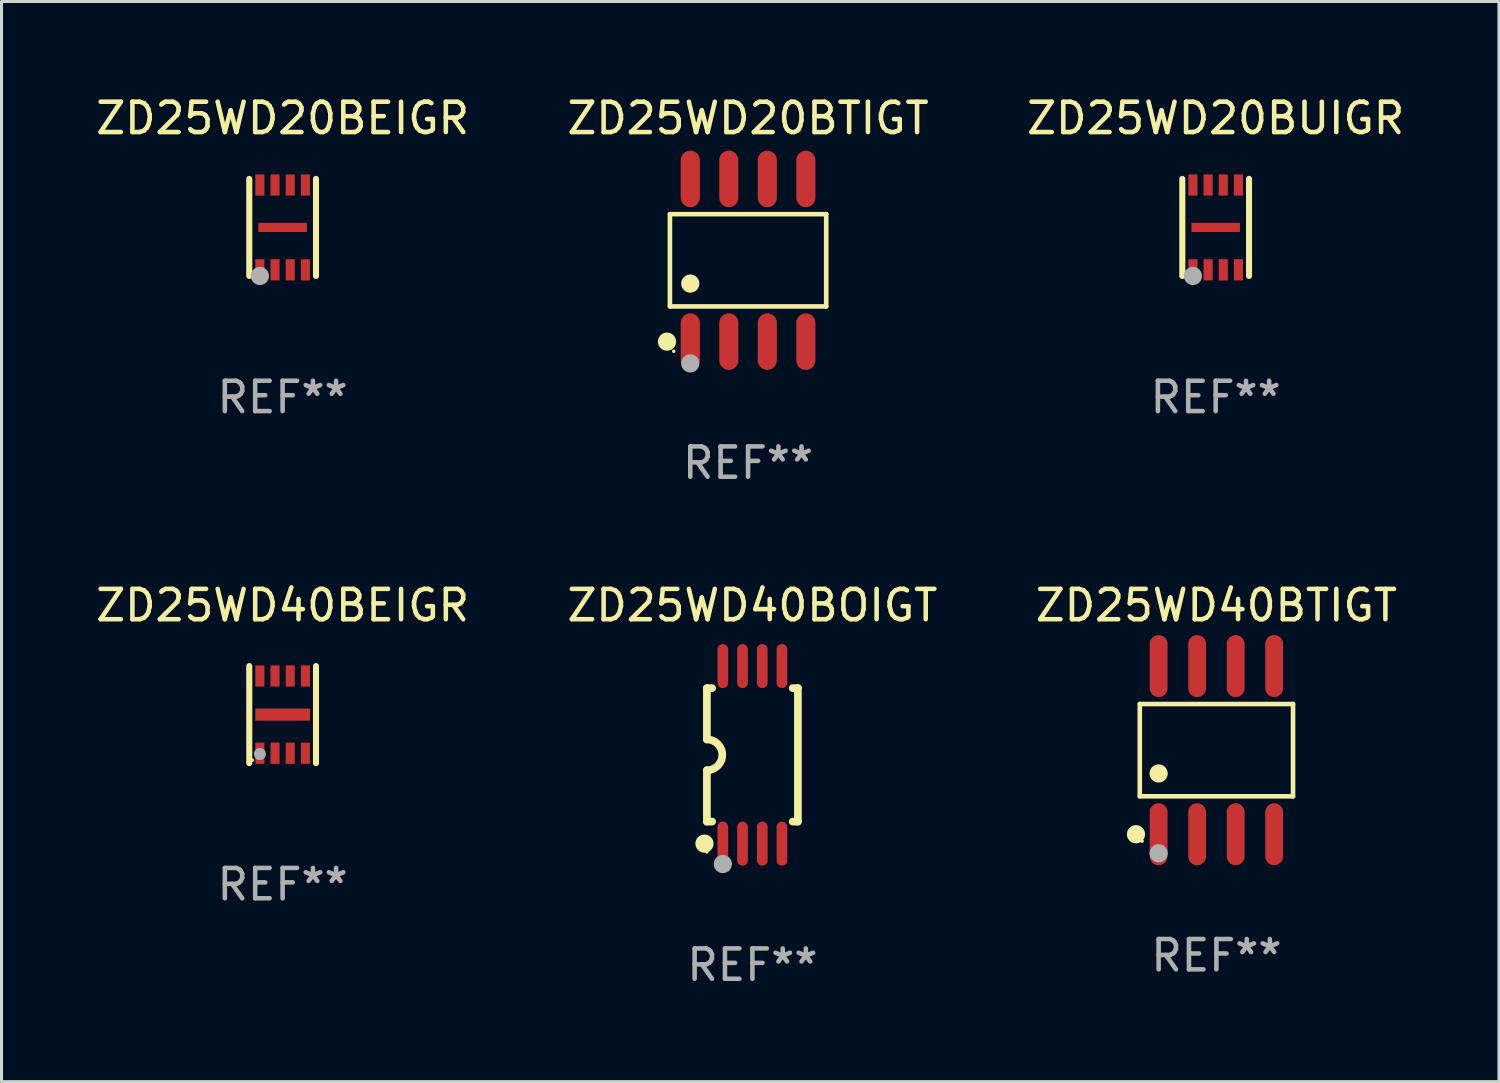
<source format=kicad_pcb>
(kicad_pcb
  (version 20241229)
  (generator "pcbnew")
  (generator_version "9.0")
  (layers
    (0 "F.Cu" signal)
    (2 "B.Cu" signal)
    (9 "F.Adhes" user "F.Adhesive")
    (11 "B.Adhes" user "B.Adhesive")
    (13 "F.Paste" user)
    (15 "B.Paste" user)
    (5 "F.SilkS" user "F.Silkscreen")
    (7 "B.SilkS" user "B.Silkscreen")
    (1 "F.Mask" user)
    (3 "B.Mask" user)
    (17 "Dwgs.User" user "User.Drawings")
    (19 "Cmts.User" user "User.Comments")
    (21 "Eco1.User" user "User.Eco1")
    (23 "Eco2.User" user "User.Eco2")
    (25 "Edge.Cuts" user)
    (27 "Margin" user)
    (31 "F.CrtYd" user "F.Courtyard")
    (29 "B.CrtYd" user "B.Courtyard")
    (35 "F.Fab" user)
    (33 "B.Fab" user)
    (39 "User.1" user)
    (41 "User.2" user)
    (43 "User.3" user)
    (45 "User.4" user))
  (footprint "ZD25WD20BTIGT"
    (layer "F.Cu")
    (at 21.613 5.531)
    (property "Reference" "ZD25WD20BTIGT" (at 0 -4.682 0) (layer "F.SilkS") (effects (font (size 1 1) (thickness 0.15))))
    (attr through_hole)
    (fp_line (start -2.576 -1.521) (end 2.576 -1.521) (stroke (width 0.152) (type solid)) (layer "F.SilkS"))
    (fp_line (start -2.576 1.521) (end -2.576 -1.521) (stroke (width 0.152) (type solid)) (layer "F.SilkS"))
    (fp_line (start 2.576 -1.521) (end 2.576 1.521) (stroke (width 0.152) (type solid)) (layer "F.SilkS"))
    (fp_line (start 2.576 1.521) (end -2.576 1.521) (stroke (width 0.152) (type solid)) (layer "F.SilkS"))
    (fp_circle (center -2.672 2.682) (end -2.522 2.682) (stroke (width 0.3) (type solid)) (fill no) (layer "F.SilkS"))
    (fp_circle (center -2.45 3) (end -2.42 3) (stroke (width 0.06) (type solid)) (fill no) (layer "F.SilkS"))
    (fp_circle (center -1.905 0.769) (end -1.755 0.769) (stroke (width 0.3) (type solid)) (fill no) (layer "F.SilkS"))
    (fp_circle (center -1.905 3.4) (end -1.755 3.4) (stroke (width 0.3) (type solid)) (fill no) (layer "F.Fab"))
    (fp_text user "REF**" (at 0 6.682 0) (layer "F.Fab") (effects (font (size 1 1) (thickness 0.15))))
    (pad "1" smd oval (at -1.905 2.682) (size 0.63 1.865) (layers "F.Cu" "F.Mask" "F.Paste"))
    (pad "2" smd oval (at -0.635 2.682) (size 0.63 1.865) (layers "F.Cu" "F.Mask" "F.Paste"))
    (pad "3" smd oval (at 0.635 2.682) (size 0.63 1.865) (layers "F.Cu" "F.Mask" "F.Paste"))
    (pad "4" smd oval (at 1.905 2.682) (size 0.63 1.865) (layers "F.Cu" "F.Mask" "F.Paste"))
    (pad "5" smd oval (at 1.905 -2.682) (size 0.63 1.865) (layers "F.Cu" "F.Mask" "F.Paste"))
    (pad "6" smd oval (at 0.635 -2.682) (size 0.63 1.865) (layers "F.Cu" "F.Mask" "F.Paste"))
    (pad "7" smd oval (at -0.635 -2.682) (size 0.63 1.865) (layers "F.Cu" "F.Mask" "F.Paste"))
    (pad "8" smd oval (at -1.905 -2.682) (size 0.63 1.865) (layers "F.Cu" "F.Mask" "F.Paste")))
  (footprint "ZD25WD40BOIGT"
    (layer "F.Cu")
    (at 21.756 21.837)
    (property "Reference" "ZD25WD40BOIGT" (at 0 -4.927 0) (layer "F.SilkS") (effects (font (size 1 1) (thickness 0.15))))
    (attr through_hole)
    (fp_line (start -1.5 -2.2) (end -1.5 -0.508) (stroke (width 0.254) (type solid)) (layer "F.SilkS"))
    (fp_line (start -1.5 -2.2) (end -1.328 -2.2) (stroke (width 0.254) (type solid)) (layer "F.SilkS"))
    (fp_line (start -1.5 2.2) (end -1.5 0.508) (stroke (width 0.254) (type solid)) (layer "F.SilkS"))
    (fp_line (start -1.5 2.2) (end -1.328 2.2) (stroke (width 0.254) (type solid)) (layer "F.SilkS"))
    (fp_line (start 1.328 -2.2) (end 1.5 -2.2) (stroke (width 0.254) (type solid)) (layer "F.SilkS"))
    (fp_line (start 1.328 2.2) (end 1.5 2.2) (stroke (width 0.254) (type solid)) (layer "F.SilkS"))
    (fp_line (start 1.5 -2.2) (end 1.5 2.2) (stroke (width 0.254) (type solid)) (layer "F.SilkS"))
    (fp_arc (start -1.501144 -0.508) (mid -0.993143 -0.000571) (end -1.5 0.508001) (stroke (width 0.254001) (type solid)) (layer "F.SilkS"))
    (fp_circle (center -1.581 2.927) (end -1.431 2.927) (stroke (width 0.3) (type solid)) (fill no) (layer "F.SilkS"))
    (fp_circle (center -1.5 3.2) (end -1.47 3.2) (stroke (width 0.06) (type solid)) (fill no) (layer "F.SilkS"))
    (fp_circle (center -0.975 3.6) (end -0.825 3.6) (stroke (width 0.3) (type solid)) (fill no) (layer "F.Fab"))
    (fp_text user "REF**" (at 0 6.927 0) (layer "F.Fab") (effects (font (size 1 1) (thickness 0.15))))
    (pad "1" smd oval (at -0.975 2.927) (size 0.353 1.454) (layers "F.Cu" "F.Mask" "F.Paste"))
    (pad "2" smd oval (at -0.325 2.927) (size 0.353 1.454) (layers "F.Cu" "F.Mask" "F.Paste"))
    (pad "3" smd oval (at 0.325 2.927) (size 0.353 1.454) (layers "F.Cu" "F.Mask" "F.Paste"))
    (pad "4" smd oval (at 0.975 2.927) (size 0.353 1.454) (layers "F.Cu" "F.Mask" "F.Paste"))
    (pad "5" smd oval (at 0.975 -2.927) (size 0.353 1.454) (layers "F.Cu" "F.Mask" "F.Paste"))
    (pad "6" smd oval (at 0.325 -2.927) (size 0.353 1.454) (layers "F.Cu" "F.Mask" "F.Paste"))
    (pad "7" smd oval (at -0.325 -2.927) (size 0.353 1.454) (layers "F.Cu" "F.Mask" "F.Paste"))
    (pad "8" smd oval (at -0.975 -2.927) (size 0.353 1.454) (layers "F.Cu" "F.Mask" "F.Paste")))
  (footprint "ZD25WD40BEIGR"
    (layer "F.Cu")
    (at 6.268 20.51)
    (property "Reference" "ZD25WD40BEIGR" (at 0 -3.6 0) (layer "F.SilkS") (effects (font (size 1 1) (thickness 0.15))))
    (attr through_hole)
    (fp_line (start -1.1 1.6) (end -1.1 -1.6) (stroke (width 0.2) (type solid)) (layer "F.SilkS"))
    (fp_line (start 1.1 1.6) (end 1.1 -1.6) (stroke (width 0.2) (type solid)) (layer "F.SilkS"))
    (fp_circle (center -1 1.5) (end -0.97 1.5) (stroke (width 0.06) (type solid)) (fill no) (layer "F.SilkS"))
    (fp_circle (center -0.75 1.3) (end -0.65 1.3) (stroke (width 0.2) (type solid)) (fill no) (layer "F.Fab"))
    (fp_text user "REF**" (at 0 5.6 0) (layer "F.Fab") (effects (font (size 1 1) (thickness 0.15))))
    (pad "1" smd rect (at -0.75 1.273 90) (size 0.7 0.3) (layers "F.Cu" "F.Mask" "F.Paste"))
    (pad "2" smd rect (at -0.25 1.273 90) (size 0.7 0.3) (layers "F.Cu" "F.Mask" "F.Paste"))
    (pad "3" smd rect (at 0.25 1.273 90) (size 0.7 0.3) (layers "F.Cu" "F.Mask" "F.Paste"))
    (pad "4" smd rect (at 0.75 1.273 90) (size 0.7 0.3) (layers "F.Cu" "F.Mask" "F.Paste"))
    (pad "5" smd rect (at 0.75 -1.273 90) (size 0.7 0.3) (layers "F.Cu" "F.Mask" "F.Paste"))
    (pad "6" smd rect (at 0.25 -1.273 90) (size 0.7 0.3) (layers "F.Cu" "F.Mask" "F.Paste"))
    (pad "7" smd rect (at -0.25 -1.273 90) (size 0.7 0.3) (layers "F.Cu" "F.Mask" "F.Paste"))
    (pad "8" smd rect (at -0.75 -1.273 90) (size 0.7 0.3) (layers "F.Cu" "F.Mask" "F.Paste"))
    (pad "9" smd rect (at 0.000127 0) (size 1.8 0.4) (layers "F.Cu" "F.Mask" "F.Paste")))
  (footprint "ZD25WD20BEIGR"
    (layer "F.Cu")
    (at 6.268 4.448)
    (property "Reference" "ZD25WD20BEIGR" (at 0 -3.6 0) (layer "F.SilkS") (effects (font (size 1 1) (thickness 0.15))))
    (attr through_hole)
    (fp_line (start -1.1 1.6) (end -1.1 -1.6) (stroke (width 0.2) (type solid)) (layer "F.SilkS"))
    (fp_line (start 1.1 1.6) (end 1.1 -1.6) (stroke (width 0.2) (type solid)) (layer "F.SilkS"))
    (fp_circle (center -1 1.5) (end -0.97 1.5) (stroke (width 0.06) (type solid)) (fill no) (layer "F.SilkS"))
    (fp_circle (center -0.75 1.6) (end -0.6 1.6) (stroke (width 0.3) (type solid)) (fill no) (layer "F.Fab"))
    (fp_text user "REF**" (at 0 5.6 0) (layer "F.Fab") (effects (font (size 1 1) (thickness 0.15))))
    (pad "1" smd rect (at -0.75 1.398 90) (size 0.7 0.3) (layers "F.Cu" "F.Mask" "F.Paste"))
    (pad "2" smd rect (at -0.25 1.398 90) (size 0.7 0.3) (layers "F.Cu" "F.Mask" "F.Paste"))
    (pad "3" smd rect (at 0.25 1.398 90) (size 0.7 0.3) (layers "F.Cu" "F.Mask" "F.Paste"))
    (pad "4" smd rect (at 0.75 1.398 90) (size 0.7 0.3) (layers "F.Cu" "F.Mask" "F.Paste"))
    (pad "5" smd rect (at 0.75 -1.398 90) (size 0.7 0.3) (layers "F.Cu" "F.Mask" "F.Paste"))
    (pad "6" smd rect (at 0.25 -1.398 90) (size 0.7 0.3) (layers "F.Cu" "F.Mask" "F.Paste"))
    (pad "7" smd rect (at -0.25 -1.398 90) (size 0.7 0.3) (layers "F.Cu" "F.Mask" "F.Paste"))
    (pad "8" smd rect (at -0.75 -1.398 90) (size 0.7 0.3) (layers "F.Cu" "F.Mask" "F.Paste"))
    (pad "9" smd rect (at 0.000127 0) (size 1.6 0.3) (layers "F.Cu" "F.Mask" "F.Paste")))
  (footprint "ZD25WD40BTIGT"
    (layer "F.Cu")
    (at 37.054 21.682)
    (property "Reference" "ZD25WD40BTIGT" (at 0 -4.772 0) (layer "F.SilkS") (effects (font (size 1 1) (thickness 0.15))))
    (attr through_hole)
    (fp_line (start -2.526 -1.521) (end 2.526 -1.521) (stroke (width 0.152) (type solid)) (layer "F.SilkS"))
    (fp_line (start -2.526 1.521) (end -2.526 -1.521) (stroke (width 0.152) (type solid)) (layer "F.SilkS"))
    (fp_line (start 2.526 -1.521) (end 2.526 1.521) (stroke (width 0.152) (type solid)) (layer "F.SilkS"))
    (fp_line (start 2.526 1.521) (end -2.526 1.521) (stroke (width 0.152) (type solid)) (layer "F.SilkS"))
    (fp_circle (center -2.652 2.772) (end -2.501 2.772) (stroke (width 0.3) (type solid)) (fill no) (layer "F.SilkS"))
    (fp_circle (center -2.45 3) (end -2.42 3) (stroke (width 0.06) (type solid)) (fill no) (layer "F.SilkS"))
    (fp_circle (center -1.905 0.769) (end -1.755 0.769) (stroke (width 0.3) (type solid)) (fill no) (layer "F.SilkS"))
    (fp_circle (center -1.905 3.4) (end -1.755 3.4) (stroke (width 0.3) (type solid)) (fill no) (layer "F.Fab"))
    (fp_text user "REF**" (at 0 6.772 0) (layer "F.Fab") (effects (font (size 1 1) (thickness 0.15))))
    (pad "1" smd oval (at -1.905 2.772) (size 0.588 2.045) (layers "F.Cu" "F.Mask" "F.Paste"))
    (pad "2" smd oval (at -0.635 2.772) (size 0.588 2.045) (layers "F.Cu" "F.Mask" "F.Paste"))
    (pad "3" smd oval (at 0.635 2.772) (size 0.588 2.045) (layers "F.Cu" "F.Mask" "F.Paste"))
    (pad "4" smd oval (at 1.905 2.772) (size 0.588 2.045) (layers "F.Cu" "F.Mask" "F.Paste"))
    (pad "5" smd oval (at 1.905 -2.772) (size 0.588 2.045) (layers "F.Cu" "F.Mask" "F.Paste"))
    (pad "6" smd oval (at 0.635 -2.772) (size 0.588 2.045) (layers "F.Cu" "F.Mask" "F.Paste"))
    (pad "7" smd oval (at -0.635 -2.772) (size 0.588 2.045) (layers "F.Cu" "F.Mask" "F.Paste"))
    (pad "8" smd oval (at -1.905 -2.772) (size 0.588 2.045) (layers "F.Cu" "F.Mask" "F.Paste")))
  (footprint "ZD25WD20BUIGR"
    (layer "F.Cu")
    (at 37.03 4.448)
    (property "Reference" "ZD25WD20BUIGR" (at 0 -3.6 0) (layer "F.SilkS") (effects (font (size 1 1) (thickness 0.15))))
    (attr through_hole)
    (fp_line (start -1.1 1.6) (end -1.1 -1.6) (stroke (width 0.2) (type solid)) (layer "F.SilkS"))
    (fp_line (start 1.1 1.6) (end 1.1 -1.6) (stroke (width 0.2) (type solid)) (layer "F.SilkS"))
    (fp_circle (center -1 1.5) (end -0.97 1.5) (stroke (width 0.06) (type solid)) (fill no) (layer "F.SilkS"))
    (fp_circle (center -0.75 1.6) (end -0.6 1.6) (stroke (width 0.3) (type solid)) (fill no) (layer "F.Fab"))
    (fp_text user "REF**" (at 0 5.6 0) (layer "F.Fab") (effects (font (size 1 1) (thickness 0.15))))
    (pad "1" smd rect (at -0.75 1.398 90) (size 0.7 0.3) (layers "F.Cu" "F.Mask" "F.Paste"))
    (pad "2" smd rect (at -0.25 1.398 90) (size 0.7 0.3) (layers "F.Cu" "F.Mask" "F.Paste"))
    (pad "3" smd rect (at 0.25 1.398 90) (size 0.7 0.3) (layers "F.Cu" "F.Mask" "F.Paste"))
    (pad "4" smd rect (at 0.75 1.398 90) (size 0.7 0.3) (layers "F.Cu" "F.Mask" "F.Paste"))
    (pad "5" smd rect (at 0.75 -1.398 90) (size 0.7 0.3) (layers "F.Cu" "F.Mask" "F.Paste"))
    (pad "6" smd rect (at 0.25 -1.398 90) (size 0.7 0.3) (layers "F.Cu" "F.Mask" "F.Paste"))
    (pad "7" smd rect (at -0.25 -1.398 90) (size 0.7 0.3) (layers "F.Cu" "F.Mask" "F.Paste"))
    (pad "8" smd rect (at -0.75 -1.398 90) (size 0.7 0.3) (layers "F.Cu" "F.Mask" "F.Paste"))
    (pad "9" smd rect (at 0.000127 0) (size 1.6 0.3) (layers "F.Cu" "F.Mask" "F.Paste")))
  (gr_rect
    (start -3 -3)
    (end 46.369 32.612)
    (stroke (width 0.1) (type default))
    (fill no)
    (layer "Edge.Cuts")))
</source>
